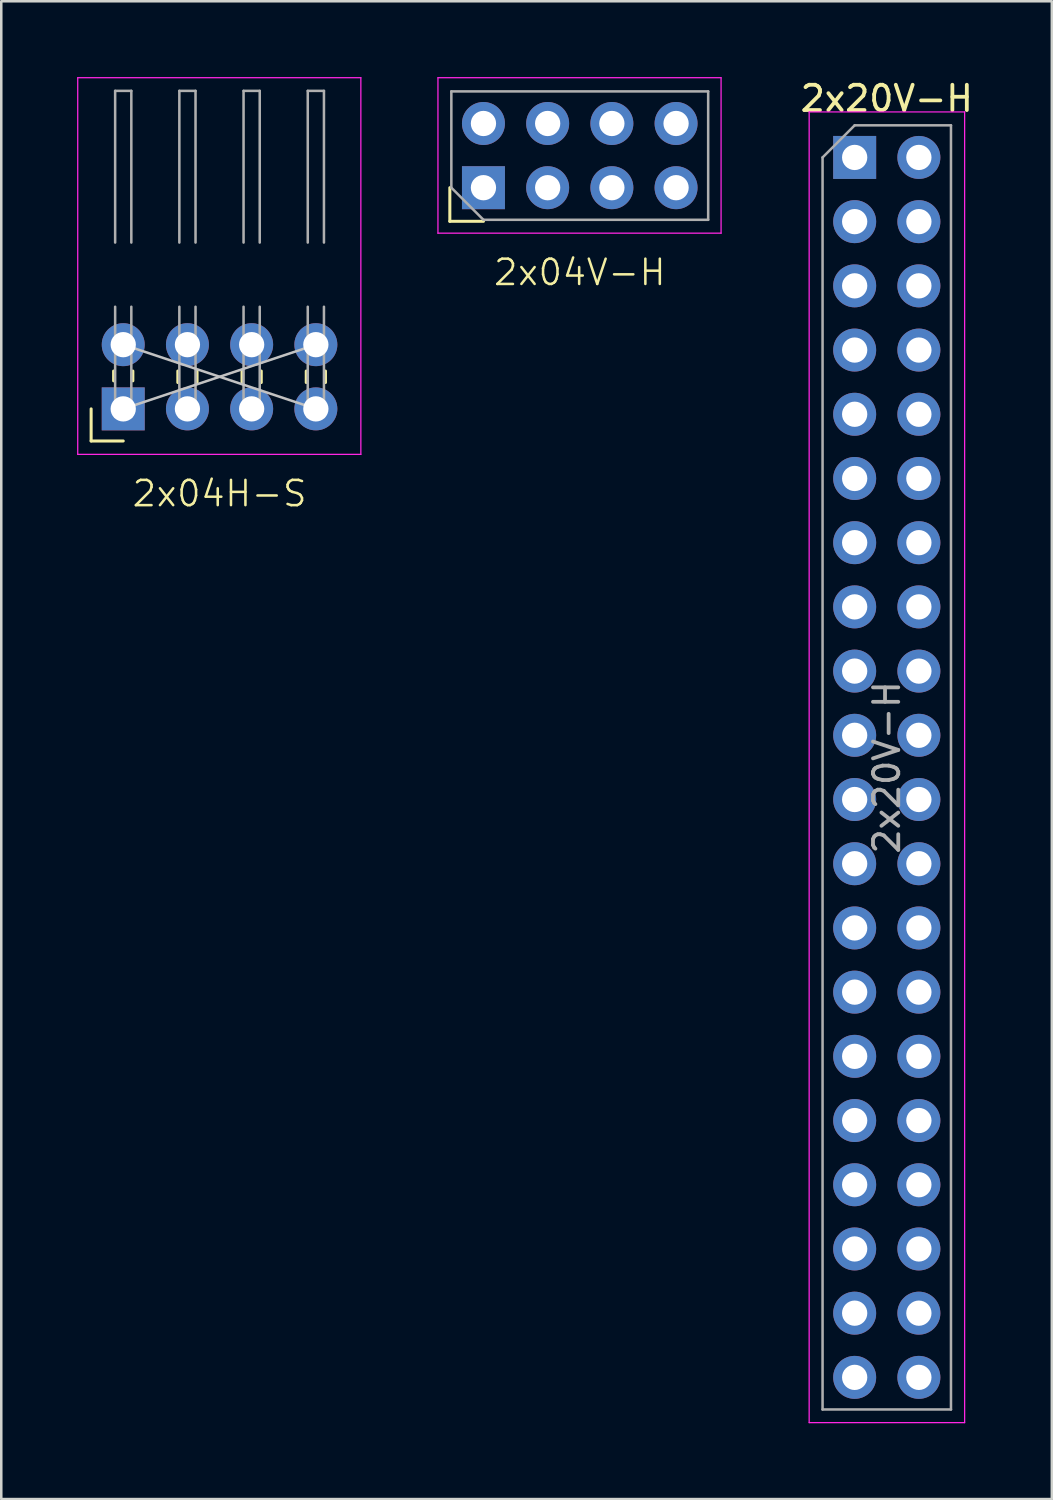
<source format=kicad_pcb>
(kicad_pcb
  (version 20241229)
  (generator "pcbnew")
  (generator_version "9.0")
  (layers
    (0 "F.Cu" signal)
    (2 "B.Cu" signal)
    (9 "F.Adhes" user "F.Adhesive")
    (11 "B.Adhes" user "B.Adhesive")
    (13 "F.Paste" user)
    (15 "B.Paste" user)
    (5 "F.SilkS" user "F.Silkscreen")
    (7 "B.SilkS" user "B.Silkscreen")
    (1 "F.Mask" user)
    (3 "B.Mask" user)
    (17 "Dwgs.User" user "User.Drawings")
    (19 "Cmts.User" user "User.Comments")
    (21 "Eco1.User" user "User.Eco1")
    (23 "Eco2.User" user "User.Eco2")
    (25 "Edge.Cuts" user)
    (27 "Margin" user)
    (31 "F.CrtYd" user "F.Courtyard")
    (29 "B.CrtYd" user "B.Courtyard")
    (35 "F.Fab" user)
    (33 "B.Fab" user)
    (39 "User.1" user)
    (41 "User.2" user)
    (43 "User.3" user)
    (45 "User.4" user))
  (footprint "2x04H-S"
    (layer "F.Cu")
    (at 5.635 11.855)
    (property "Reference" "2x04H-S" (at 0 4.62 0) (unlocked yes) (layer "F.SilkS") (effects (font (size 1 1) (thickness 0.1))))
    (attr through_hole)
    (fp_line (start -5.08 2.54) (end -5.08 1.27) (stroke (width 0.12) (type solid)) (layer "F.SilkS"))
    (fp_line (start -4.19 0.16) (end -4.19 -0.227) (stroke (width 0.12) (type solid)) (layer "F.SilkS"))
    (fp_line (start -3.81 2.54) (end -5.08 2.54) (stroke (width 0.12) (type solid)) (layer "F.SilkS"))
    (fp_line (start -3.43 0.16) (end -3.43 -0.227) (stroke (width 0.12) (type solid)) (layer "F.SilkS"))
    (fp_line (start -1.65 0.227) (end -1.65 -0.227) (stroke (width 0.12) (type solid)) (layer "F.SilkS"))
    (fp_line (start -0.89 0.227) (end -0.89 -0.227) (stroke (width 0.12) (type solid)) (layer "F.SilkS"))
    (fp_line (start 0.89 0.227) (end 0.89 -0.227) (stroke (width 0.12) (type solid)) (layer "F.SilkS"))
    (fp_line (start 1.65 0.227) (end 1.65 -0.227) (stroke (width 0.12) (type solid)) (layer "F.SilkS"))
    (fp_line (start 3.43 0.227) (end 3.43 -0.227) (stroke (width 0.12) (type solid)) (layer "F.SilkS"))
    (fp_line (start 4.19 0.227) (end 4.19 -0.227) (stroke (width 0.12) (type solid)) (layer "F.SilkS"))
    (fp_line (start -3.81 -1.27) (end 3.81 1.27) (stroke (width 0.1) (type default)) (layer "Dwgs.User"))
    (fp_line (start -3.81 1.27) (end 3.81 -1.27) (stroke (width 0.1) (type default)) (layer "Dwgs.User"))
    (fp_line (start -5.61 -11.83) (end -5.61 3.07) (stroke (width 0.05) (type solid)) (layer "F.CrtYd"))
    (fp_line (start -5.61 3.07) (end 5.59 3.07) (stroke (width 0.05) (type solid)) (layer "F.CrtYd"))
    (fp_line (start 5.59 -11.83) (end -5.61 -11.83) (stroke (width 0.05) (type solid)) (layer "F.CrtYd"))
    (fp_line (start 5.59 3.07) (end 5.59 -11.83) (stroke (width 0.05) (type solid)) (layer "F.CrtYd"))
    (fp_line (start -4.13 -11.31) (end -3.49 -11.31) (stroke (width 0.1) (type solid)) (layer "F.Fab"))
    (fp_line (start -4.13 -5.31) (end -4.13 -11.31) (stroke (width 0.1) (type solid)) (layer "F.Fab"))
    (fp_line (start -4.13 1.59) (end -4.13 -2.77) (stroke (width 0.1) (type solid)) (layer "F.Fab"))
    (fp_line (start -4.13 1.59) (end -3.49 1.59) (stroke (width 0.1) (type solid)) (layer "F.Fab"))
    (fp_line (start -3.49 -5.31) (end -3.49 -11.31) (stroke (width 0.1) (type solid)) (layer "F.Fab"))
    (fp_line (start -3.49 1.59) (end -3.49 -2.77) (stroke (width 0.1) (type solid)) (layer "F.Fab"))
    (fp_line (start -1.59 -11.31) (end -0.95 -11.31) (stroke (width 0.1) (type solid)) (layer "F.Fab"))
    (fp_line (start -1.59 -5.31) (end -1.59 -11.31) (stroke (width 0.1) (type solid)) (layer "F.Fab"))
    (fp_line (start -1.59 1.59) (end -1.59 -2.77) (stroke (width 0.1) (type solid)) (layer "F.Fab"))
    (fp_line (start -1.59 1.59) (end -0.95 1.59) (stroke (width 0.1) (type solid)) (layer "F.Fab"))
    (fp_line (start -0.95 -5.31) (end -0.95 -11.31) (stroke (width 0.1) (type solid)) (layer "F.Fab"))
    (fp_line (start -0.95 1.59) (end -0.95 -2.77) (stroke (width 0.1) (type solid)) (layer "F.Fab"))
    (fp_line (start 0.95 -11.31) (end 1.59 -11.31) (stroke (width 0.1) (type solid)) (layer "F.Fab"))
    (fp_line (start 0.95 -5.31) (end 0.95 -11.31) (stroke (width 0.1) (type solid)) (layer "F.Fab"))
    (fp_line (start 0.95 1.59) (end 0.95 -2.77) (stroke (width 0.1) (type solid)) (layer "F.Fab"))
    (fp_line (start 0.95 1.59) (end 1.59 1.59) (stroke (width 0.1) (type solid)) (layer "F.Fab"))
    (fp_line (start 1.59 -5.31) (end 1.59 -11.31) (stroke (width 0.1) (type solid)) (layer "F.Fab"))
    (fp_line (start 1.59 1.59) (end 1.59 -2.77) (stroke (width 0.1) (type solid)) (layer "F.Fab"))
    (fp_line (start 3.49 -11.31) (end 4.13 -11.31) (stroke (width 0.1) (type solid)) (layer "F.Fab"))
    (fp_line (start 3.49 -5.31) (end 3.49 -11.31) (stroke (width 0.1) (type solid)) (layer "F.Fab"))
    (fp_line (start 3.49 1.59) (end 3.49 -2.77) (stroke (width 0.1) (type solid)) (layer "F.Fab"))
    (fp_line (start 3.49 1.59) (end 4.13 1.59) (stroke (width 0.1) (type solid)) (layer "F.Fab"))
    (fp_line (start 4.13 -5.31) (end 4.13 -11.31) (stroke (width 0.1) (type solid)) (layer "F.Fab"))
    (fp_line (start 4.13 1.59) (end 4.13 -2.77) (stroke (width 0.1) (type solid)) (layer "F.Fab"))
    (pad "1" thru_hole rect (at -3.81 1.27 90) (size 1.7 1.7) (drill 1) (layers "*.Cu" "*.Mask"))
    (pad "2" thru_hole oval (at -3.81 -1.27 90) (size 1.7 1.7) (drill 1) (layers "*.Cu" "*.Mask"))
    (pad "3" thru_hole oval (at -1.27 1.27 90) (size 1.7 1.7) (drill 1) (layers "*.Cu" "*.Mask"))
    (pad "4" thru_hole oval (at -1.27 -1.27 90) (size 1.7 1.7) (drill 1) (layers "*.Cu" "*.Mask"))
    (pad "5" thru_hole oval (at 1.27 1.27 90) (size 1.7 1.7) (drill 1) (layers "*.Cu" "*.Mask"))
    (pad "6" thru_hole oval (at 1.27 -1.27 90) (size 1.7 1.7) (drill 1) (layers "*.Cu" "*.Mask"))
    (pad "7" thru_hole oval (at 3.81 1.27 90) (size 1.7 1.7) (drill 1) (layers "*.Cu" "*.Mask"))
    (pad "8" thru_hole oval (at 3.81 -1.27 90) (size 1.7 1.7) (drill 1) (layers "*.Cu" "*.Mask")))
  (footprint "2x04V-H"
    (layer "F.Cu")
    (at 19.885 3.105)
    (property "Reference" "2x04V-H" (at 0 4.62 0) (unlocked yes) (layer "F.SilkS") (effects (font (size 1 1) (thickness 0.1))))
    (attr through_hole)
    (fp_line (start -5.14 2.6) (end -5.14 1.27) (stroke (width 0.12) (type solid)) (layer "F.SilkS"))
    (fp_line (start -3.81 2.6) (end -5.14 2.6) (stroke (width 0.12) (type solid)) (layer "F.SilkS"))
    (fp_line (start -5.61 -3.08) (end -5.61 3.07) (stroke (width 0.05) (type solid)) (layer "F.CrtYd"))
    (fp_line (start -5.61 3.07) (end 5.59 3.07) (stroke (width 0.05) (type solid)) (layer "F.CrtYd"))
    (fp_line (start 5.59 -3.08) (end -5.61 -3.08) (stroke (width 0.05) (type solid)) (layer "F.CrtYd"))
    (fp_line (start 5.59 3.07) (end 5.59 -3.08) (stroke (width 0.05) (type solid)) (layer "F.CrtYd"))
    (fp_line (start -5.08 -2.54) (end 5.08 -2.54) (stroke (width 0.1) (type solid)) (layer "F.Fab"))
    (fp_line (start -5.08 1.27) (end -5.08 -2.54) (stroke (width 0.1) (type solid)) (layer "F.Fab"))
    (fp_line (start -3.81 2.54) (end -5.08 1.27) (stroke (width 0.1) (type solid)) (layer "F.Fab"))
    (fp_line (start 5.08 -2.54) (end 5.08 2.54) (stroke (width 0.1) (type solid)) (layer "F.Fab"))
    (fp_line (start 5.08 2.54) (end -3.81 2.54) (stroke (width 0.1) (type solid)) (layer "F.Fab"))
    (fp_line (start -3.81 -1.27) (end 3.81 1.27) (stroke (width 0.1) (type default)) (layer "User.1"))
    (fp_line (start 3.81 -1.27) (end -3.81 1.27) (stroke (width 0.1) (type default)) (layer "User.1"))
    (pad "1" thru_hole rect (at -3.81 1.27 90) (size 1.7 1.7) (drill 1) (layers "*.Cu" "*.Mask"))
    (pad "2" thru_hole oval (at -3.81 -1.27 90) (size 1.7 1.7) (drill 1) (layers "*.Cu" "*.Mask"))
    (pad "3" thru_hole oval (at -1.27 1.27 90) (size 1.7 1.7) (drill 1) (layers "*.Cu" "*.Mask"))
    (pad "4" thru_hole oval (at -1.27 -1.27 90) (size 1.7 1.7) (drill 1) (layers "*.Cu" "*.Mask"))
    (pad "5" thru_hole oval (at 1.27 1.27 90) (size 1.7 1.7) (drill 1) (layers "*.Cu" "*.Mask"))
    (pad "6" thru_hole oval (at 1.27 -1.27 90) (size 1.7 1.7) (drill 1) (layers "*.Cu" "*.Mask"))
    (pad "7" thru_hole oval (at 3.81 1.27 90) (size 1.7 1.7) (drill 1) (layers "*.Cu" "*.Mask"))
    (pad "8" thru_hole oval (at 3.81 -1.27 90) (size 1.7 1.7) (drill 1) (layers "*.Cu" "*.Mask")))
  (footprint "2x20V-H"
    (layer "F.Cu")
    (at 32.03 27.308)
    (property "Reference" "2x20V-H" (at 0 -26.46 0) (layer "F.SilkS") (effects (font (size 1 1) (thickness 0.15))))
    (attr through_hole)
    (fp_line (start -3.07 -25.93) (end -3.07 25.92) (stroke (width 0.05) (type solid)) (layer "F.CrtYd"))
    (fp_line (start -3.07 25.92) (end 3.08 25.92) (stroke (width 0.05) (type solid)) (layer "F.CrtYd"))
    (fp_line (start 3.08 -25.93) (end -3.07 -25.93) (stroke (width 0.05) (type solid)) (layer "F.CrtYd"))
    (fp_line (start 3.08 25.92) (end 3.08 -25.93) (stroke (width 0.05) (type solid)) (layer "F.CrtYd"))
    (fp_line (start -2.54 -24.13) (end -1.27 -25.4) (stroke (width 0.1) (type solid)) (layer "F.Fab"))
    (fp_line (start -2.54 25.4) (end -2.54 -24.13) (stroke (width 0.1) (type solid)) (layer "F.Fab"))
    (fp_line (start -1.27 -25.4) (end 2.54 -25.4) (stroke (width 0.1) (type solid)) (layer "F.Fab"))
    (fp_line (start 2.54 -25.4) (end 2.54 25.4) (stroke (width 0.1) (type solid)) (layer "F.Fab"))
    (fp_line (start 2.54 25.4) (end -2.54 25.4) (stroke (width 0.1) (type solid)) (layer "F.Fab"))
    (fp_line (start 1.27 -24.13) (end -1.27 24.13) (stroke (width 0.1) (type default)) (layer "User.1"))
    (fp_line (start 1.27 24.13) (end -1.27 -24.13) (stroke (width 0.1) (type default)) (layer "User.1"))
    (fp_text user "${REFERENCE}" (at 0 0 90) (layer "F.Fab") (effects (font (size 1 1) (thickness 0.15))))
    (pad "1" thru_hole rect (at -1.27 -24.13) (size 1.7 1.7) (drill 1) (layers "*.Cu" "*.Mask"))
    (pad "2" thru_hole oval (at 1.27 -24.13) (size 1.7 1.7) (drill 1) (layers "*.Cu" "*.Mask"))
    (pad "3" thru_hole oval (at -1.27 -21.59) (size 1.7 1.7) (drill 1) (layers "*.Cu" "*.Mask"))
    (pad "4" thru_hole oval (at 1.27 -21.59) (size 1.7 1.7) (drill 1) (layers "*.Cu" "*.Mask"))
    (pad "5" thru_hole oval (at -1.27 -19.05) (size 1.7 1.7) (drill 1) (layers "*.Cu" "*.Mask"))
    (pad "6" thru_hole oval (at 1.27 -19.05) (size 1.7 1.7) (drill 1) (layers "*.Cu" "*.Mask"))
    (pad "7" thru_hole oval (at -1.27 -16.51) (size 1.7 1.7) (drill 1) (layers "*.Cu" "*.Mask"))
    (pad "8" thru_hole oval (at 1.27 -16.51) (size 1.7 1.7) (drill 1) (layers "*.Cu" "*.Mask"))
    (pad "9" thru_hole oval (at -1.27 -13.97) (size 1.7 1.7) (drill 1) (layers "*.Cu" "*.Mask"))
    (pad "10" thru_hole oval (at 1.27 -13.97) (size 1.7 1.7) (drill 1) (layers "*.Cu" "*.Mask"))
    (pad "11" thru_hole oval (at -1.27 -11.43) (size 1.7 1.7) (drill 1) (layers "*.Cu" "*.Mask"))
    (pad "12" thru_hole oval (at 1.27 -11.43) (size 1.7 1.7) (drill 1) (layers "*.Cu" "*.Mask"))
    (pad "13" thru_hole oval (at -1.27 -8.89) (size 1.7 1.7) (drill 1) (layers "*.Cu" "*.Mask"))
    (pad "14" thru_hole oval (at 1.27 -8.89) (size 1.7 1.7) (drill 1) (layers "*.Cu" "*.Mask"))
    (pad "15" thru_hole oval (at -1.27 -6.35) (size 1.7 1.7) (drill 1) (layers "*.Cu" "*.Mask"))
    (pad "16" thru_hole oval (at 1.27 -6.35) (size 1.7 1.7) (drill 1) (layers "*.Cu" "*.Mask"))
    (pad "17" thru_hole oval (at -1.27 -3.81) (size 1.7 1.7) (drill 1) (layers "*.Cu" "*.Mask"))
    (pad "18" thru_hole oval (at 1.27 -3.81) (size 1.7 1.7) (drill 1) (layers "*.Cu" "*.Mask"))
    (pad "19" thru_hole oval (at -1.27 -1.27) (size 1.7 1.7) (drill 1) (layers "*.Cu" "*.Mask"))
    (pad "20" thru_hole oval (at 1.27 -1.27) (size 1.7 1.7) (drill 1) (layers "*.Cu" "*.Mask"))
    (pad "21" thru_hole oval (at -1.27 1.27) (size 1.7 1.7) (drill 1) (layers "*.Cu" "*.Mask"))
    (pad "22" thru_hole oval (at 1.27 1.27) (size 1.7 1.7) (drill 1) (layers "*.Cu" "*.Mask"))
    (pad "23" thru_hole oval (at -1.27 3.81) (size 1.7 1.7) (drill 1) (layers "*.Cu" "*.Mask"))
    (pad "24" thru_hole oval (at 1.27 3.81) (size 1.7 1.7) (drill 1) (layers "*.Cu" "*.Mask"))
    (pad "25" thru_hole oval (at -1.27 6.35) (size 1.7 1.7) (drill 1) (layers "*.Cu" "*.Mask"))
    (pad "26" thru_hole oval (at 1.27 6.35) (size 1.7 1.7) (drill 1) (layers "*.Cu" "*.Mask"))
    (pad "27" thru_hole oval (at -1.27 8.89) (size 1.7 1.7) (drill 1) (layers "*.Cu" "*.Mask"))
    (pad "28" thru_hole oval (at 1.27 8.89) (size 1.7 1.7) (drill 1) (layers "*.Cu" "*.Mask"))
    (pad "29" thru_hole oval (at -1.27 11.43) (size 1.7 1.7) (drill 1) (layers "*.Cu" "*.Mask"))
    (pad "30" thru_hole oval (at 1.27 11.43) (size 1.7 1.7) (drill 1) (layers "*.Cu" "*.Mask"))
    (pad "31" thru_hole oval (at -1.27 13.97) (size 1.7 1.7) (drill 1) (layers "*.Cu" "*.Mask"))
    (pad "32" thru_hole oval (at 1.27 13.97) (size 1.7 1.7) (drill 1) (layers "*.Cu" "*.Mask"))
    (pad "33" thru_hole oval (at -1.27 16.51) (size 1.7 1.7) (drill 1) (layers "*.Cu" "*.Mask"))
    (pad "34" thru_hole oval (at 1.27 16.51) (size 1.7 1.7) (drill 1) (layers "*.Cu" "*.Mask"))
    (pad "35" thru_hole oval (at -1.27 19.05) (size 1.7 1.7) (drill 1) (layers "*.Cu" "*.Mask"))
    (pad "36" thru_hole oval (at 1.27 19.05) (size 1.7 1.7) (drill 1) (layers "*.Cu" "*.Mask"))
    (pad "37" thru_hole oval (at -1.27 21.59) (size 1.7 1.7) (drill 1) (layers "*.Cu" "*.Mask"))
    (pad "38" thru_hole oval (at 1.27 21.59) (size 1.7 1.7) (drill 1) (layers "*.Cu" "*.Mask"))
    (pad "39" thru_hole oval (at -1.27 24.13) (size 1.7 1.7) (drill 1) (layers "*.Cu" "*.Mask"))
    (pad "40" thru_hole oval (at 1.27 24.13) (size 1.7 1.7) (drill 1) (layers "*.Cu" "*.Mask")))
  (gr_rect
    (start -3 -3)
    (end 38.56 56.253)
    (stroke (width 0.1) (type default))
    (fill no)
    (layer "Edge.Cuts")))
</source>
